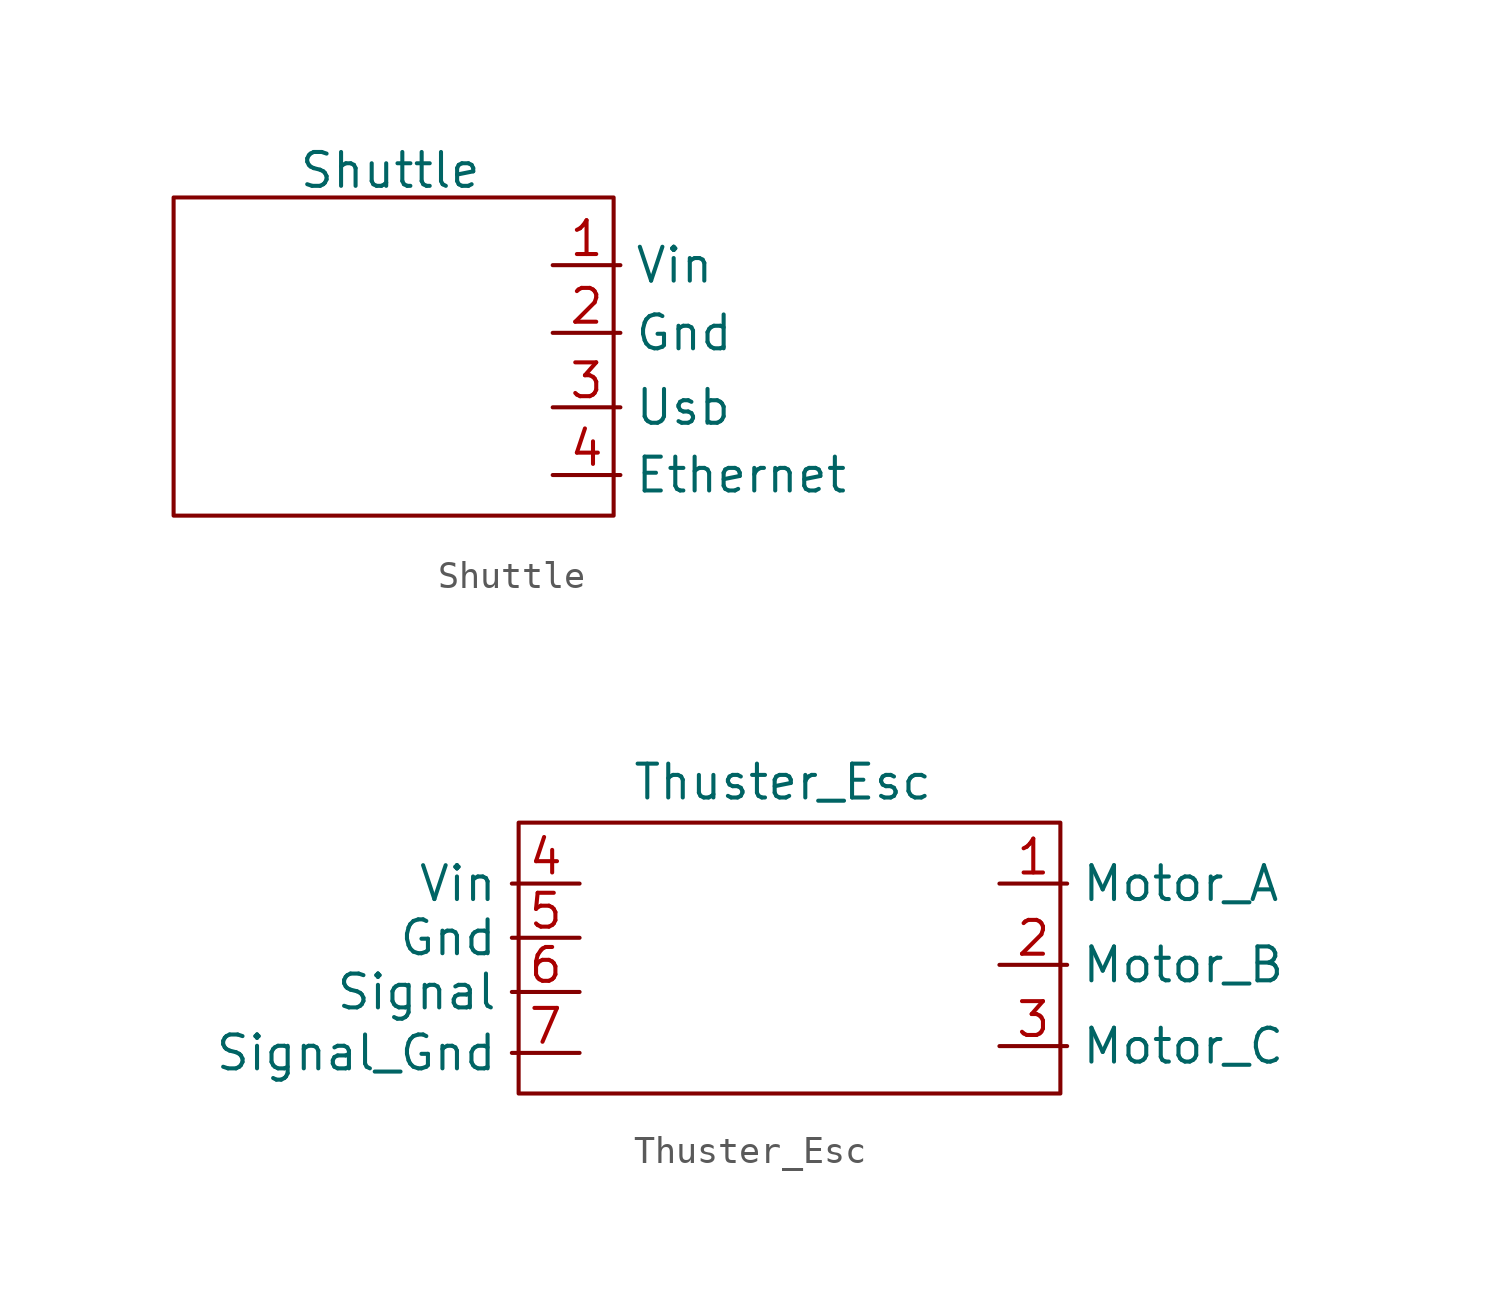
<source format=kicad_sym>
(kicad_symbol_lib
  (version 20211014)
  (generator kicad_symbol_editor)
  (symbol "Shuttle"
    (property "Reference" "U"
      (at 0 -14.732 0)
      (effects (font (size 1.27 1.27)) hide))
    (property "Value" "Shuttle"
      (at 0 0 0)
      (effects (font (size 1.27 1.27))))
    (symbol "Shuttle_0_1"
      (rectangle (start -8.128 -1.016) (end 8.382 -12.954) (stroke (width 0) (type default) (color 0 0 0 0)) (fill (type none))))
    (symbol "Shuttle_1_1"
      (pin power_in line (at 6.096 -3.556 0) (length 2.54) (name "Vin" (effects (font (size 1.27 1.27)))) (number "1" (effects (font (size 1.27 1.27)))))
      (pin power_in line (at 6.096 -6.096 0) (length 2.54) (name "Gnd" (effects (font (size 1.27 1.27)))) (number "2" (effects (font (size 1.27 1.27)))))
      (pin output line (at 6.096 -8.89 0) (length 2.54) (name "Usb" (effects (font (size 1.27 1.27)))) (number "3" (effects (font (size 1.27 1.27)))))
      (pin input line (at 6.096 -11.43 0) (length 2.54) (name "Ethernet" (effects (font (size 1.27 1.27)))) (number "4" (effects (font (size 1.27 1.27)))))))
  (symbol "Thuster_Esc"
    (property "Reference" "U"
      (at 0 -6.096 0)
      (effects (font (size 1.27 1.27)) hide))
    (property "Value" "Thuster_Esc"
      (at 0 6.858 0)
      (effects (font (size 1.27 1.27))))
    (symbol "Thuster_Esc_0_1"
      (rectangle (start -9.906 5.334) (end 10.414 -4.826) (stroke (width 0) (type default) (color 0 0 0 0)) (fill (type none))))
    (symbol "Thuster_Esc_1_1"
      (pin output line (at 8.128 3.048 0) (length 2.54) (name "Motor_A" (effects (font (size 1.27 1.27)))) (number "1" (effects (font (size 1.27 1.27)))))
      (pin output line (at 8.128 0 0) (length 2.54) (name "Motor_B" (effects (font (size 1.27 1.27)))) (number "2" (effects (font (size 1.27 1.27)))))
      (pin output line (at 8.128 -3.048 0) (length 2.54) (name "Motor_C" (effects (font (size 1.27 1.27)))) (number "3" (effects (font (size 1.27 1.27)))))
      (pin power_in line (at -7.62 3.048 180) (length 2.54) (name "Vin" (effects (font (size 1.27 1.27)))) (number "4" (effects (font (size 1.27 1.27)))))
      (pin power_in line (at -7.62 1.016 180) (length 2.54) (name "Gnd" (effects (font (size 1.27 1.27)))) (number "5" (effects (font (size 1.27 1.27)))))
      (pin input line (at -7.62 -1.016 180) (length 2.54) (name "Signal" (effects (font (size 1.27 1.27)))) (number "6" (effects (font (size 1.27 1.27)))))
      (pin input line (at -7.62 -3.302 180) (length 2.54) (name "Signal_Gnd" (effects (font (size 1.27 1.27)))) (number "7" (effects (font (size 1.27 1.27))))))))
</source>
